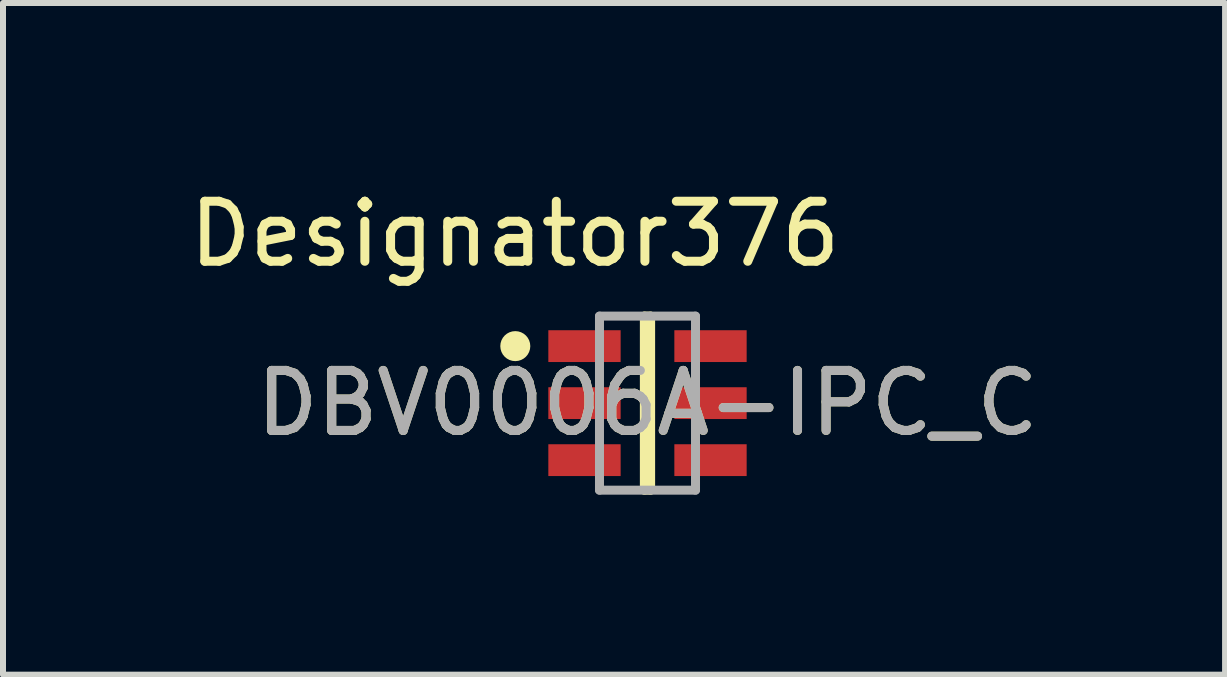
<source format=kicad_pcb>
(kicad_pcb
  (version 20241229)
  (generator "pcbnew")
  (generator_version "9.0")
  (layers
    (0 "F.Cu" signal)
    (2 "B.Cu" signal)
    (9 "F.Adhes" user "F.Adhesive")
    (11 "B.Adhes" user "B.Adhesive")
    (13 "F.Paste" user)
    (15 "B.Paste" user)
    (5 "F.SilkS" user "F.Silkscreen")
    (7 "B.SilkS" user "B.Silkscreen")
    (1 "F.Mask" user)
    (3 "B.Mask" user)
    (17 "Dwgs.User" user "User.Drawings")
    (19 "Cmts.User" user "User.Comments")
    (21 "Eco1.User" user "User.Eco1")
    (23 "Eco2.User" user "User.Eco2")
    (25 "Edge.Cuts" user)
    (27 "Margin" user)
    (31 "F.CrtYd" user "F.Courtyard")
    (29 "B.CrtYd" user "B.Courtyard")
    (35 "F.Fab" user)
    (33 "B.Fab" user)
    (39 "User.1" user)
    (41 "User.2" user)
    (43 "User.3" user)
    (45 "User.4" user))
  (footprint "DBV0006A-IPC_C"
    (layer "F.Cu")
    (at 7.74 3.668)
    (property "Reference" "DBV0006A-IPC_C" (at 0 0 0) (unlocked yes) (layer "F.SilkS") (effects (font (size 1 1) (thickness 0.15))))
    (attr smd)
    (fp_line (start -0.052 -1.45) (end 0.052 -1.45) (stroke (width 0.15) (type solid)) (layer "F.SilkS"))
    (fp_line (start -0.052 1.45) (end -0.052 -1.45) (stroke (width 0.15) (type solid)) (layer "F.SilkS"))
    (fp_line (start -0.052 1.45) (end 0.052 1.45) (stroke (width 0.15) (type solid)) (layer "F.SilkS"))
    (fp_line (start 0.052 1.45) (end 0.052 -1.45) (stroke (width 0.15) (type solid)) (layer "F.SilkS"))
    (fp_circle (center -2.203 -0.95) (end -2.078 -0.95) (stroke (width 0.25) (type solid)) (fill no) (layer "F.SilkS"))
    (fp_line (start -0.8 -1.45) (end 0.8 -1.45) (stroke (width 0.15) (type solid)) (layer "F.Fab"))
    (fp_line (start -0.8 1.45) (end -0.8 -1.45) (stroke (width 0.15) (type solid)) (layer "F.Fab"))
    (fp_line (start -0.8 1.45) (end 0.8 1.45) (stroke (width 0.15) (type solid)) (layer "F.Fab"))
    (fp_line (start 0.8 1.45) (end 0.8 -1.45) (stroke (width 0.15) (type solid)) (layer "F.Fab"))
    (fp_text user "Designator376" (at -2.21 -2.819 0) (unlocked yes) (layer "F.SilkS") (effects (font (size 1 1) (thickness 0.15))))
    (fp_text user "${REFERENCE}" (at 0 0 0) (unlocked yes) (layer "F.Fab") (effects (font (size 1 1) (thickness 0.15))))
    (pad "1" smd rect (at -1.05 -0.95) (size 1.205 0.53) (layers "F.Cu" "F.Mask" "F.Paste"))
    (pad "2" smd rect (at -1.05 0) (size 1.205 0.53) (layers "F.Cu" "F.Mask" "F.Paste"))
    (pad "3" smd rect (at -1.05 0.95) (size 1.205 0.53) (layers "F.Cu" "F.Mask" "F.Paste"))
    (pad "4" smd rect (at 1.05 0.95) (size 1.205 0.53) (layers "F.Cu" "F.Mask" "F.Paste"))
    (pad "5" smd rect (at 1.05 0) (size 1.205 0.53) (layers "F.Cu" "F.Mask" "F.Paste"))
    (pad "6" smd rect (at 1.05 -0.95) (size 1.205 0.53) (layers "F.Cu" "F.Mask" "F.Paste")))
  (gr_rect
    (start -3 -3)
    (end 17.365 8.193)
    (stroke (width 0.1) (type default))
    (fill no)
    (layer "Edge.Cuts")))
</source>
